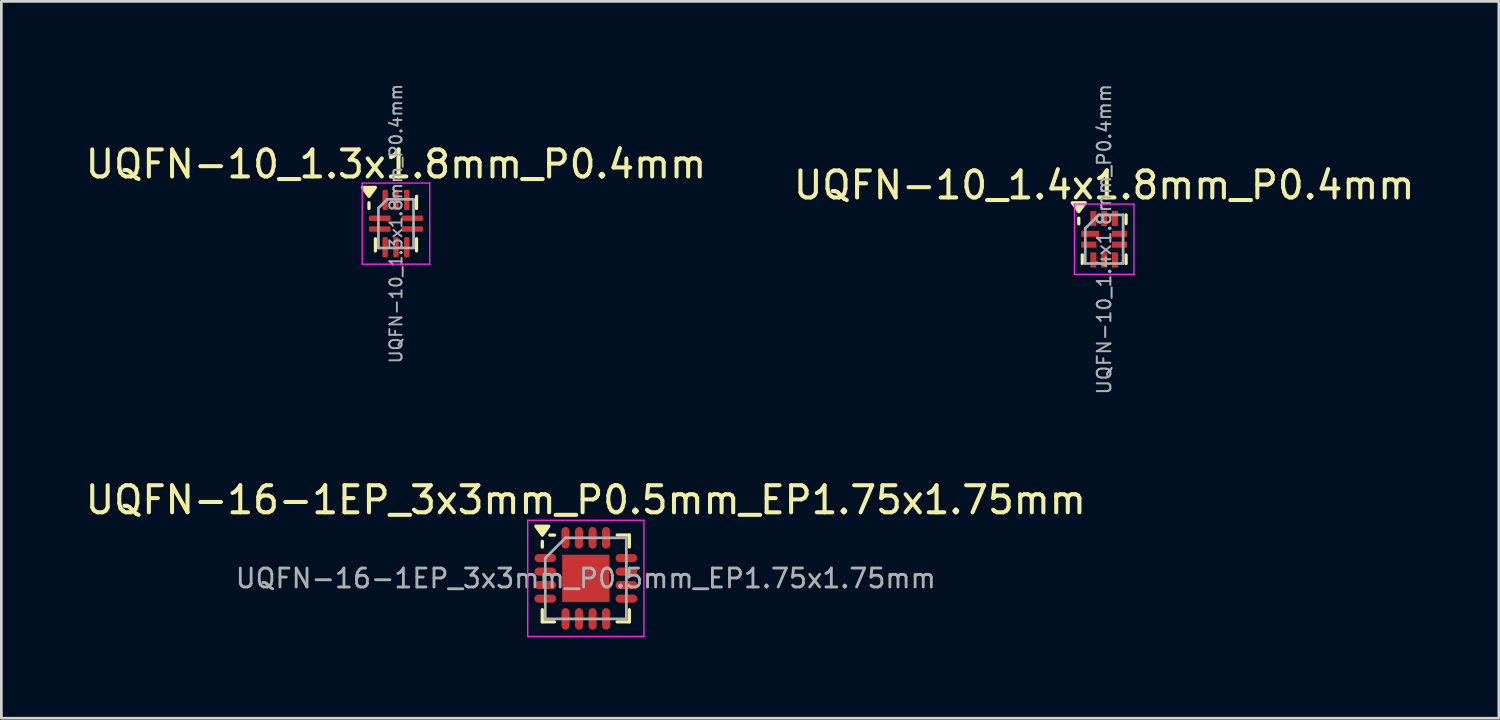
<source format=kicad_pcb>
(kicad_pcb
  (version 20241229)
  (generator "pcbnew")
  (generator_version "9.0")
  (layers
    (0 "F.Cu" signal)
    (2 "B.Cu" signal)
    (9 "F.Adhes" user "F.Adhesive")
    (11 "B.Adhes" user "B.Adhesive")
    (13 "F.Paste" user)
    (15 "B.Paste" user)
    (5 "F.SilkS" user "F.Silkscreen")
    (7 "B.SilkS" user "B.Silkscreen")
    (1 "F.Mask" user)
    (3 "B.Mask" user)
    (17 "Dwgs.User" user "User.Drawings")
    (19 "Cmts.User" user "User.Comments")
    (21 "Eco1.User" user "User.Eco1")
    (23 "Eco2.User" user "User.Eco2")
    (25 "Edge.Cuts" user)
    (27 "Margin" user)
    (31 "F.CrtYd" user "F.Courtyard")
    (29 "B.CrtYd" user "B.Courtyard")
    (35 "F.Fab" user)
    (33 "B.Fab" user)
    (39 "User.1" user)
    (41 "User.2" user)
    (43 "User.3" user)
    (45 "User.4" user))
  (footprint "UQFN-10_1.4x1.8mm_P0.4mm"
    (layer "F.Cu")
    (at 37.804 5.801)
    (property "Reference" "UQFN-10_1.4x1.8mm_P0.4mm" (at 0 -2 0) (layer "F.SilkS") (effects (font (size 1 1) (thickness 0.15))))
    (attr smd)
    (fp_line (start -0.94 -0.57) (end -0.94 -0.78) (stroke (width 0.12) (type solid)) (layer "F.SilkS"))
    (fp_line (start -0.81 0.9) (end -0.81 0.58) (stroke (width 0.12) (type solid)) (layer "F.SilkS"))
    (fp_line (start 0.81 -0.58) (end 0.81 -0.9) (stroke (width 0.12) (type solid)) (layer "F.SilkS"))
    (fp_line (start 0.81 0.9) (end 0.81 0.58) (stroke (width 0.12) (type solid)) (layer "F.SilkS"))
    (fp_poly (pts (xy -0.94 -1.02) (xy -1.18 -1.35) (xy -0.7 -1.35) (xy -0.94 -1.02)) (stroke (width 0.12) (type solid)) (fill yes) (layer "F.SilkS"))
    (fp_line (start -1.1 1.3) (end -1.1 -1.3) (stroke (width 0.05) (type solid)) (layer "F.CrtYd"))
    (fp_line (start -1.1 1.3) (end 1.1 1.3) (stroke (width 0.05) (type solid)) (layer "F.CrtYd"))
    (fp_line (start 1.1 -1.3) (end -1.1 -1.3) (stroke (width 0.05) (type solid)) (layer "F.CrtYd"))
    (fp_line (start 1.1 -1.3) (end 1.1 1.3) (stroke (width 0.05) (type solid)) (layer "F.CrtYd"))
    (fp_line (start -0.7 -0.4) (end -0.7 0.9) (stroke (width 0.1) (type solid)) (layer "F.Fab"))
    (fp_line (start -0.7 0.9) (end 0.7 0.9) (stroke (width 0.1) (type solid)) (layer "F.Fab"))
    (fp_line (start -0.2 -0.9) (end -0.7 -0.4) (stroke (width 0.1) (type solid)) (layer "F.Fab"))
    (fp_line (start -0.2 -0.9) (end 0.7 -0.9) (stroke (width 0.1) (type solid)) (layer "F.Fab"))
    (fp_line (start 0.7 -0.9) (end 0.7 0.9) (stroke (width 0.1) (type solid)) (layer "F.Fab"))
    (fp_text user "${REFERENCE}" (at 0 0 90) (layer "F.Fab") (effects (font (size 0.5 0.5) (thickness 0.075))))
    (pad "1" smd rect (at -0.518 -0.2) (size 0.663 0.225) (layers "F.Cu" "F.Mask" "F.Paste"))
    (pad "2" smd rect (at -0.569 0.2) (size 0.563 0.225) (layers "F.Cu" "F.Mask" "F.Paste"))
    (pad "3" smd rect (at -0.4 0.768) (size 0.225 0.563) (layers "F.Cu" "F.Mask" "F.Paste"))
    (pad "4" smd rect (at 0 0.768) (size 0.225 0.563) (layers "F.Cu" "F.Mask" "F.Paste"))
    (pad "5" smd rect (at 0.4 0.768) (size 0.225 0.563) (layers "F.Cu" "F.Mask" "F.Paste"))
    (pad "6" smd rect (at 0.569 0.2) (size 0.563 0.225) (layers "F.Cu" "F.Mask" "F.Paste"))
    (pad "7" smd rect (at 0.569 -0.2) (size 0.563 0.225) (layers "F.Cu" "F.Mask" "F.Paste"))
    (pad "8" smd rect (at 0.4 -0.768) (size 0.225 0.563) (layers "F.Cu" "F.Mask" "F.Paste"))
    (pad "9" smd rect (at 0 -0.768) (size 0.225 0.563) (layers "F.Cu" "F.Mask" "F.Paste"))
    (pad "10" smd rect (at -0.4 -0.768) (size 0.225 0.563) (layers "F.Cu" "F.Mask" "F.Paste")))
  (footprint "UQFN-10_1.3x1.8mm_P0.4mm"
    (layer "F.Cu")
    (at 11.601 5.224)
    (property "Reference" "UQFN-10_1.3x1.8mm_P0.4mm" (at 0 -2.2 0) (layer "F.SilkS") (effects (font (size 1 1) (thickness 0.15))))
    (attr smd)
    (fp_line (start -1 -0.56) (end -1 -0.77) (stroke (width 0.12) (type solid)) (layer "F.SilkS"))
    (fp_line (start -0.76 1.01) (end -0.76 0.56) (stroke (width 0.12) (type solid)) (layer "F.SilkS"))
    (fp_line (start 0.76 -1.01) (end 0.76 -0.56) (stroke (width 0.12) (type solid)) (layer "F.SilkS"))
    (fp_line (start 0.76 1.01) (end 0.76 0.56) (stroke (width 0.12) (type solid)) (layer "F.SilkS"))
    (fp_poly (pts (xy -1 -1.01) (xy -1.24 -1.34) (xy -0.76 -1.34) (xy -1 -1.01)) (stroke (width 0.12) (type solid)) (fill yes) (layer "F.SilkS"))
    (fp_line (start -1.25 -1.5) (end -1.25 1.5) (stroke (width 0.05) (type solid)) (layer "F.CrtYd"))
    (fp_line (start -1.25 1.5) (end 1.25 1.5) (stroke (width 0.05) (type solid)) (layer "F.CrtYd"))
    (fp_line (start 1.25 -1.5) (end -1.25 -1.5) (stroke (width 0.05) (type solid)) (layer "F.CrtYd"))
    (fp_line (start 1.25 1.5) (end 1.25 -1.5) (stroke (width 0.05) (type solid)) (layer "F.CrtYd"))
    (fp_line (start -0.65 -0.575) (end -0.325 -0.9) (stroke (width 0.1) (type solid)) (layer "F.Fab"))
    (fp_line (start -0.65 0.9) (end -0.65 -0.575) (stroke (width 0.1) (type solid)) (layer "F.Fab"))
    (fp_line (start -0.325 -0.9) (end 0.65 -0.9) (stroke (width 0.1) (type solid)) (layer "F.Fab"))
    (fp_line (start 0.65 -0.9) (end 0.65 0.9) (stroke (width 0.1) (type solid)) (layer "F.Fab"))
    (fp_line (start 0.65 0.9) (end -0.65 0.9) (stroke (width 0.1) (type solid)) (layer "F.Fab"))
    (fp_text user "${REFERENCE}" (at 0 0 90) (layer "F.Fab") (effects (font (size 0.45 0.45) (thickness 0.07))))
    (pad "1" smd roundrect (at -0.6 -0.2) (size 0.8 0.2) (layers "F.Cu" "F.Mask" "F.Paste") (roundrect_rratio 0.25))
    (pad "2" smd roundrect (at -0.6 0.2) (size 0.8 0.2) (layers "F.Cu" "F.Mask" "F.Paste") (roundrect_rratio 0.25))
    (pad "3" smd roundrect (at -0.4 0.875) (size 0.2 0.75) (layers "F.Cu" "F.Mask" "F.Paste") (roundrect_rratio 0.25))
    (pad "4" smd roundrect (at 0 0.875) (size 0.2 0.75) (layers "F.Cu" "F.Mask" "F.Paste") (roundrect_rratio 0.25))
    (pad "5" smd roundrect (at 0.4 0.875) (size 0.2 0.75) (layers "F.Cu" "F.Mask" "F.Paste") (roundrect_rratio 0.25))
    (pad "6" smd roundrect (at 0.6 0.2) (size 0.8 0.2) (layers "F.Cu" "F.Mask" "F.Paste") (roundrect_rratio 0.25))
    (pad "7" smd roundrect (at 0.6 -0.2) (size 0.8 0.2) (layers "F.Cu" "F.Mask" "F.Paste") (roundrect_rratio 0.25))
    (pad "8" smd roundrect (at 0.4 -0.875) (size 0.2 0.75) (layers "F.Cu" "F.Mask" "F.Paste") (roundrect_rratio 0.25))
    (pad "9" smd roundrect (at 0 -0.875) (size 0.2 0.75) (layers "F.Cu" "F.Mask" "F.Paste") (roundrect_rratio 0.25))
    (pad "10" smd roundrect (at -0.4 -0.875) (size 0.2 0.75) (layers "F.Cu" "F.Mask" "F.Paste") (roundrect_rratio 0.25)))
  (footprint "UQFN-16-1EP_3x3mm_P0.5mm_EP1.75x1.75mm"
    (layer "F.Cu")
    (at 18.625 18.349)
    (property "Reference" "UQFN-16-1EP_3x3mm_P0.5mm_EP1.75x1.75mm" (at 0 -2.9 0) (layer "F.SilkS") (effects (font (size 1 1) (thickness 0.15))))
    (attr smd)
    (fp_line (start -1.611 1.61) (end -1.611 1.16) (stroke (width 0.12) (type solid)) (layer "F.SilkS"))
    (fp_line (start -1.611 1.61) (end -1.16 1.61) (stroke (width 0.12) (type solid)) (layer "F.SilkS"))
    (fp_line (start -1.61 -1.37) (end -1.61 -1.157) (stroke (width 0.12) (type solid)) (layer "F.SilkS"))
    (fp_line (start -1.33 -1.6) (end -1.16 -1.6) (stroke (width 0.12) (type solid)) (layer "F.SilkS"))
    (fp_line (start 1.61 -1.603) (end 1.16 -1.603) (stroke (width 0.12) (type solid)) (layer "F.SilkS"))
    (fp_line (start 1.61 -1.603) (end 1.61 -1.16) (stroke (width 0.12) (type solid)) (layer "F.SilkS"))
    (fp_line (start 1.61 1.61) (end 1.16 1.61) (stroke (width 0.12) (type solid)) (layer "F.SilkS"))
    (fp_line (start 1.61 1.61) (end 1.61 1.16) (stroke (width 0.12) (type solid)) (layer "F.SilkS"))
    (fp_poly (pts (xy -1.61 -1.6) (xy -1.85 -1.93) (xy -1.37 -1.93) (xy -1.61 -1.6)) (stroke (width 0.12) (type solid)) (fill yes) (layer "F.SilkS"))
    (fp_line (start -2.15 -2.15) (end -2.15 2.15) (stroke (width 0.05) (type solid)) (layer "F.CrtYd"))
    (fp_line (start -2.15 -2.15) (end 2.15 -2.15) (stroke (width 0.05) (type solid)) (layer "F.CrtYd"))
    (fp_line (start -2.15 2.15) (end 2.15 2.15) (stroke (width 0.05) (type solid)) (layer "F.CrtYd"))
    (fp_line (start 2.15 -2.15) (end 2.15 2.15) (stroke (width 0.05) (type solid)) (layer "F.CrtYd"))
    (fp_line (start -1.5 -0.75) (end -0.75 -1.5) (stroke (width 0.1) (type solid)) (layer "F.Fab"))
    (fp_line (start -1.5 1.5) (end -1.5 -0.75) (stroke (width 0.1) (type solid)) (layer "F.Fab"))
    (fp_line (start -0.75 -1.5) (end 1.5 -1.5) (stroke (width 0.1) (type solid)) (layer "F.Fab"))
    (fp_line (start 1.5 -1.5) (end 1.5 1.5) (stroke (width 0.1) (type solid)) (layer "F.Fab"))
    (fp_line (start 1.5 1.5) (end -1.5 1.5) (stroke (width 0.1) (type solid)) (layer "F.Fab"))
    (fp_text user "${REFERENCE}" (at 0 0 0) (layer "F.Fab") (effects (font (size 0.7 0.7) (thickness 0.105))))
    (pad "" smd rect (at -0.438 -0.438) (size 0.7 0.7) (layers "F.Paste"))
    (pad "" smd rect (at -0.438 0.438) (size 0.7 0.7) (layers "F.Paste"))
    (pad "" smd rect (at 0.438 -0.438) (size 0.7 0.7) (layers "F.Paste"))
    (pad "" smd rect (at 0.438 0.438) (size 0.7 0.7) (layers "F.Paste"))
    (pad "1" smd oval (at -1.5 -0.75) (size 0.8 0.3) (layers "F.Cu" "F.Mask" "F.Paste"))
    (pad "2" smd oval (at -1.5 -0.25) (size 0.8 0.3) (layers "F.Cu" "F.Mask" "F.Paste"))
    (pad "3" smd oval (at -1.5 0.25) (size 0.8 0.3) (layers "F.Cu" "F.Mask" "F.Paste"))
    (pad "4" smd oval (at -1.5 0.75) (size 0.8 0.3) (layers "F.Cu" "F.Mask" "F.Paste"))
    (pad "5" smd oval (at -0.75 1.5 90) (size 0.8 0.3) (layers "F.Cu" "F.Mask" "F.Paste"))
    (pad "6" smd oval (at -0.25 1.5 90) (size 0.8 0.3) (layers "F.Cu" "F.Mask" "F.Paste"))
    (pad "7" smd oval (at 0.25 1.5 90) (size 0.8 0.3) (layers "F.Cu" "F.Mask" "F.Paste"))
    (pad "8" smd oval (at 0.75 1.5 90) (size 0.8 0.3) (layers "F.Cu" "F.Mask" "F.Paste"))
    (pad "9" smd oval (at 1.5 0.75) (size 0.8 0.3) (layers "F.Cu" "F.Mask" "F.Paste"))
    (pad "10" smd oval (at 1.5 0.25) (size 0.8 0.3) (layers "F.Cu" "F.Mask" "F.Paste"))
    (pad "11" smd oval (at 1.5 -0.25) (size 0.8 0.3) (layers "F.Cu" "F.Mask" "F.Paste"))
    (pad "12" smd oval (at 1.5 -0.75) (size 0.8 0.3) (layers "F.Cu" "F.Mask" "F.Paste"))
    (pad "13" smd oval (at 0.75 -1.5 90) (size 0.8 0.3) (layers "F.Cu" "F.Mask" "F.Paste"))
    (pad "14" smd oval (at 0.25 -1.5 90) (size 0.8 0.3) (layers "F.Cu" "F.Mask" "F.Paste"))
    (pad "15" smd oval (at -0.25 -1.5 90) (size 0.8 0.3) (layers "F.Cu" "F.Mask" "F.Paste"))
    (pad "16" smd oval (at -0.75 -1.5 90) (size 0.8 0.3) (layers "F.Cu" "F.Mask" "F.Paste"))
    (pad "17" smd rect (at 0 0) (size 1.75 1.75) (layers "F.Cu" "F.Mask")))
  (gr_rect
    (start -3 -3)
    (end 52.405 23.524)
    (stroke (width 0.1) (type default))
    (fill no)
    (layer "Edge.Cuts")))
</source>
